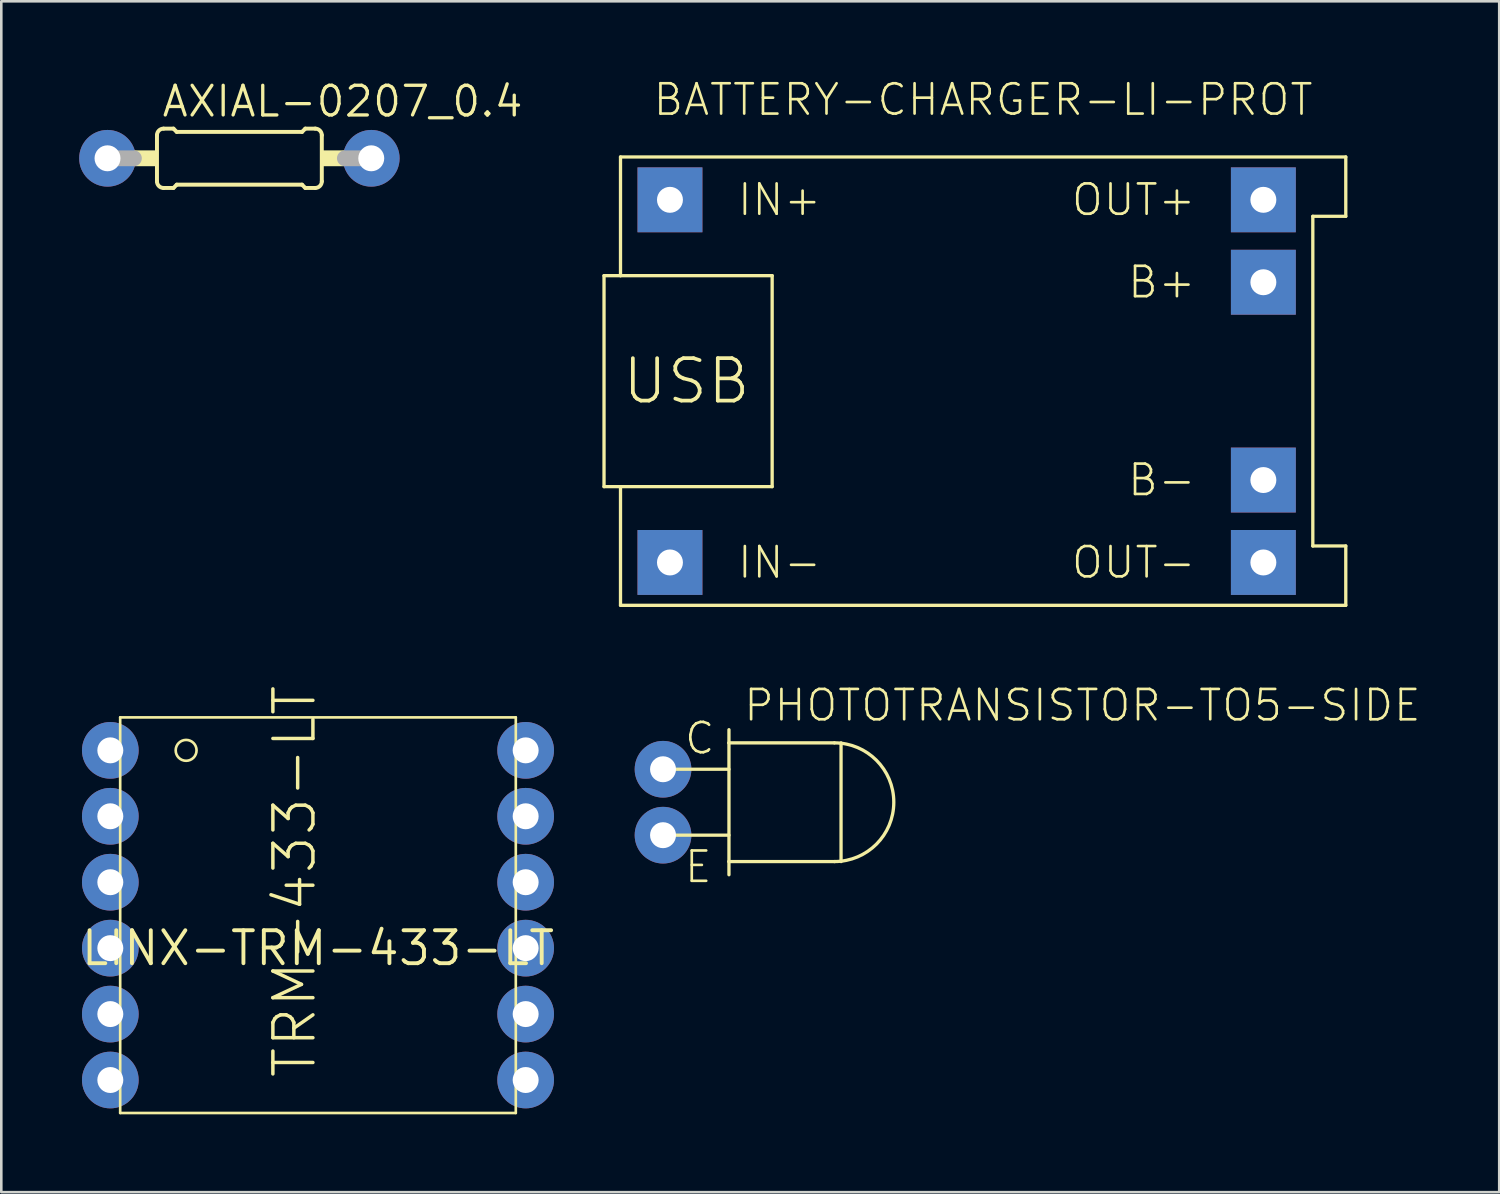
<source format=kicad_pcb>
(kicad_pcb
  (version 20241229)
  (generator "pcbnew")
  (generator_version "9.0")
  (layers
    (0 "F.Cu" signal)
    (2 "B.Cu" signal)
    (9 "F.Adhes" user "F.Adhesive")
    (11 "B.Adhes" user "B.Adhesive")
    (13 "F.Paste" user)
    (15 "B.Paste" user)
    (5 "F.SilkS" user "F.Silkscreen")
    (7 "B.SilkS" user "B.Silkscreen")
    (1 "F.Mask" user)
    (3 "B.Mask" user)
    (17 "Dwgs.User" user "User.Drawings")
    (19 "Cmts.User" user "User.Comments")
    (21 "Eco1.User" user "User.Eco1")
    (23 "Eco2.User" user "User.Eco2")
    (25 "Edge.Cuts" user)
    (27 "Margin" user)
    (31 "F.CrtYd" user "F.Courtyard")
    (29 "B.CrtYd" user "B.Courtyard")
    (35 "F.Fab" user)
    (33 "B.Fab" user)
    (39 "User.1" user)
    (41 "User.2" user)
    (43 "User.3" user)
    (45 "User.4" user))
  (footprint "BATTERY-CHARGER-LI-PROT"
    (layer "F.Cu")
    (at 34.824 11.633)
    (property "Reference" "BATTERY-CHARGER-LI-PROT" (at 0 -10.16 0) (layer "F.SilkS") (effects (font (size 1.168 1.168) (thickness 0.102)) (justify bottom)))
    (fp_line (start -14.605 -4.064) (end -14.605 4.064) (stroke (width 0.127) (type solid)) (layer "F.SilkS"))
    (fp_line (start -14.605 -4.064) (end -13.97 -4.064) (stroke (width 0.127) (type solid)) (layer "F.SilkS"))
    (fp_line (start -14.605 4.064) (end -13.97 4.064) (stroke (width 0.127) (type solid)) (layer "F.SilkS"))
    (fp_line (start -13.97 -8.636) (end -13.97 -4.064) (stroke (width 0.127) (type solid)) (layer "F.SilkS"))
    (fp_line (start -13.97 -8.636) (end 13.97 -8.636) (stroke (width 0.127) (type solid)) (layer "F.SilkS"))
    (fp_line (start -13.97 -4.064) (end -8.128 -4.064) (stroke (width 0.127) (type solid)) (layer "F.SilkS"))
    (fp_line (start -13.97 4.064) (end -8.128 4.064) (stroke (width 0.127) (type solid)) (layer "F.SilkS"))
    (fp_line (start -13.97 8.636) (end -13.97 4.064) (stroke (width 0.127) (type solid)) (layer "F.SilkS"))
    (fp_line (start -8.128 -4.064) (end -8.128 4.064) (stroke (width 0.127) (type solid)) (layer "F.SilkS"))
    (fp_line (start 12.7 -6.35) (end 12.7 6.35) (stroke (width 0.127) (type solid)) (layer "F.SilkS"))
    (fp_line (start 12.7 6.35) (end 13.97 6.35) (stroke (width 0.127) (type solid)) (layer "F.SilkS"))
    (fp_line (start 13.97 -8.636) (end 13.97 -6.35) (stroke (width 0.127) (type solid)) (layer "F.SilkS"))
    (fp_line (start 13.97 -6.35) (end 12.7 -6.35) (stroke (width 0.127) (type solid)) (layer "F.SilkS"))
    (fp_line (start 13.97 6.35) (end 13.97 8.636) (stroke (width 0.127) (type solid)) (layer "F.SilkS"))
    (fp_line (start 13.97 8.636) (end -13.97 8.636) (stroke (width 0.127) (type solid)) (layer "F.SilkS"))
    (fp_text user "USB" (at -11.43 0 0) (layer "F.SilkS") (effects (font (size 1.636 1.636) (thickness 0.142))))
    (fp_text user "OUT-" (at 8.255 6.985 0) (layer "F.SilkS") (effects (font (size 1.168 1.168) (thickness 0.102)) (justify right)))
    (fp_text user "B-" (at 8.255 3.81 0) (layer "F.SilkS") (effects (font (size 1.168 1.168) (thickness 0.102)) (justify right)))
    (fp_text user "OUT+" (at 8.255 -6.985 0) (layer "F.SilkS") (effects (font (size 1.168 1.168) (thickness 0.102)) (justify right)))
    (fp_text user "B+" (at 8.255 -3.81 0) (layer "F.SilkS") (effects (font (size 1.168 1.168) (thickness 0.102)) (justify right)))
    (fp_text user "IN-" (at -9.525 6.985 0) (layer "F.SilkS") (effects (font (size 1.168 1.168) (thickness 0.102)) (justify left)))
    (fp_text user "IN+" (at -9.525 -6.985 0) (layer "F.SilkS") (effects (font (size 1.168 1.168) (thickness 0.102)) (justify left)))
    (pad "B+" thru_hole rect (at 10.795 -3.81) (size 2.5 2.5) (drill 1) (layers "*.Cu" "*.Mask"))
    (pad "B-" thru_hole rect (at 10.795 3.81) (size 2.5 2.5) (drill 1) (layers "*.Cu" "*.Mask"))
    (pad "IN+" thru_hole rect (at -12.065 -6.985) (size 2.5 2.5) (drill 1) (layers "*.Cu" "*.Mask"))
    (pad "IN-" thru_hole rect (at -12.065 6.985) (size 2.5 2.5) (drill 1) (layers "*.Cu" "*.Mask"))
    (pad "OUT+" thru_hole rect (at 10.795 -6.985) (size 2.5 2.5) (drill 1) (layers "*.Cu" "*.Mask"))
    (pad "OUT-" thru_hole rect (at 10.795 6.985) (size 2.5 2.5) (drill 1) (layers "*.Cu" "*.Mask")))
  (footprint "LINX-TRM-433-LT"
    (layer "F.Cu")
    (at 9.2 33.476)
    (property "Reference" "LINX-TRM-433-LT" (at 0 0 0) (layer "F.SilkS") (effects (font (size 1.27 1.27) (thickness 0.15))))
    (fp_line (start -7.62 -8.89) (end -7.62 6.35) (stroke (width 0.102) (type solid)) (layer "F.SilkS"))
    (fp_line (start -7.62 6.35) (end 7.62 6.35) (stroke (width 0.102) (type solid)) (layer "F.SilkS"))
    (fp_line (start 7.62 -8.89) (end -7.62 -8.89) (stroke (width 0.102) (type solid)) (layer "F.SilkS"))
    (fp_line (start 7.62 6.35) (end 7.62 -8.89) (stroke (width 0.102) (type solid)) (layer "F.SilkS"))
    (fp_circle (center -5.08 -7.62) (end -4.678 -7.62) (stroke (width 0.102) (type solid)) (fill no) (layer "F.SilkS"))
    (fp_text user "TRM-433-LT" (at 0 5.08 90) (layer "F.SilkS") (effects (font (size 1.542 1.542) (thickness 0.134)) (justify left bottom)))
    (pad "ANALOG" thru_hole circle (at -8 5.08) (size 2.184 2.184) (drill 1) (layers "*.Cu" "*.Mask"))
    (pad "ANT" thru_hole circle (at -8 -7.62) (size 2.184 2.184) (drill 1) (layers "*.Cu" "*.Mask"))
    (pad "AREF" thru_hole circle (at -8 2.54) (size 2.184 2.184) (drill 1) (layers "*.Cu" "*.Mask"))
    (pad "DATA" thru_hole circle (at 8 5.08) (size 2.184 2.184) (drill 1) (layers "*.Cu" "*.Mask"))
    (pad "GND" thru_hole circle (at -8 -5.08) (size 2.184 2.184) (drill 1) (layers "*.Cu" "*.Mask"))
    (pad "GND@1" thru_hole circle (at -8 -2.54) (size 2.184 2.184) (drill 1) (layers "*.Cu" "*.Mask"))
    (pad "GND@2" thru_hole circle (at 8 -2.54) (size 2.184 2.184) (drill 1) (layers "*.Cu" "*.Mask"))
    (pad "LADJ" thru_hole circle (at 8 -7.62) (size 2.184 2.184) (drill 1) (layers "*.Cu" "*.Mask"))
    (pad "PDN" thru_hole circle (at 8 0) (size 2.184 2.184) (drill 1) (layers "*.Cu" "*.Mask"))
    (pad "RSSI" thru_hole circle (at -8 0) (size 2.184 2.184) (drill 1) (layers "*.Cu" "*.Mask"))
    (pad "T/~R" thru_hole circle (at 8 2.54) (size 2.184 2.184) (drill 1) (layers "*.Cu" "*.Mask"))
    (pad "VCC" thru_hole circle (at 8 -5.08) (size 2.184 2.184) (drill 1) (layers "*.Cu" "*.Mask")))
  (footprint "AXIAL-0207_0.4"
    (layer "F.Cu")
    (at 6.172 3.048)
    (property "Reference" "AXIAL-0207_0.4" (at -3.048 -1.524 0) (layer "F.SilkS") (effects (font (size 1.143 1.143) (thickness 0.127)) (justify left bottom)))
    (fp_line (start -3.175 0.889) (end -3.175 -0.889) (stroke (width 0.152) (type solid)) (layer "F.SilkS"))
    (fp_line (start -2.921 -1.143) (end -2.54 -1.143) (stroke (width 0.152) (type solid)) (layer "F.SilkS"))
    (fp_line (start -2.921 1.143) (end -2.54 1.143) (stroke (width 0.152) (type solid)) (layer "F.SilkS"))
    (fp_line (start -2.413 -1.016) (end -2.54 -1.143) (stroke (width 0.152) (type solid)) (layer "F.SilkS"))
    (fp_line (start -2.413 1.016) (end -2.54 1.143) (stroke (width 0.152) (type solid)) (layer "F.SilkS"))
    (fp_line (start 2.413 -1.016) (end -2.413 -1.016) (stroke (width 0.152) (type solid)) (layer "F.SilkS"))
    (fp_line (start 2.413 -1.016) (end 2.54 -1.143) (stroke (width 0.152) (type solid)) (layer "F.SilkS"))
    (fp_line (start 2.413 1.016) (end -2.413 1.016) (stroke (width 0.152) (type solid)) (layer "F.SilkS"))
    (fp_line (start 2.413 1.016) (end 2.54 1.143) (stroke (width 0.152) (type solid)) (layer "F.SilkS"))
    (fp_line (start 2.921 -1.143) (end 2.54 -1.143) (stroke (width 0.152) (type solid)) (layer "F.SilkS"))
    (fp_line (start 2.921 1.143) (end 2.54 1.143) (stroke (width 0.152) (type solid)) (layer "F.SilkS"))
    (fp_line (start 3.175 0.889) (end 3.175 -0.889) (stroke (width 0.152) (type solid)) (layer "F.SilkS"))
    (fp_arc (start -3.175 -0.889) (mid -3.100605 -1.068605) (end -2.921 -1.143) (stroke (width 0.1524) (type solid)) (layer "F.SilkS"))
    (fp_arc (start -2.921 1.143) (mid -3.100605 1.068605) (end -3.175 0.889) (stroke (width 0.1524) (type solid)) (layer "F.SilkS"))
    (fp_arc (start 2.921 -1.143) (mid 3.100605 -1.068605) (end 3.175 -0.889) (stroke (width 0.1524) (type solid)) (layer "F.SilkS"))
    (fp_arc (start 3.175 0.889) (mid 3.100605 1.068605) (end 2.921 1.143) (stroke (width 0.1524) (type solid)) (layer "F.SilkS"))
    (fp_poly (pts (xy -4.039 0.305) (xy -3.175 0.305) (xy -3.175 -0.305) (xy -4.039 -0.305)) (stroke (width 0) (type solid)) (fill yes) (layer "F.SilkS"))
    (fp_poly (pts (xy 3.175 0.305) (xy 4.039 0.305) (xy 4.039 -0.305) (xy 3.175 -0.305)) (stroke (width 0) (type solid)) (fill yes) (layer "F.SilkS"))
    (fp_line (start -5.08 0) (end -4.064 0) (stroke (width 0.61) (type solid)) (layer "F.Fab"))
    (fp_line (start 5.08 0) (end 4.064 0) (stroke (width 0.61) (type solid)) (layer "F.Fab"))
    (pad "1" thru_hole circle (at -5.08 0) (size 2.184 2.184) (drill 1) (layers "*.Cu" "*.Mask"))
    (pad "2" thru_hole circle (at 5.08 0) (size 2.184 2.184) (drill 1) (layers "*.Cu" "*.Mask")))
  (footprint "PHOTOTRANSISTOR-TO5-SIDE"
    (layer "F.Cu")
    (at 22.492 27.854)
    (property "Reference" "PHOTOTRANSISTOR-TO5-SIDE" (at 3.048 -3.048 0) (layer "F.SilkS") (effects (font (size 1.168 1.168) (thickness 0.102)) (justify left bottom)))
    (fp_line (start 0 -1.27) (end 2.54 -1.27) (stroke (width 0.127) (type solid)) (layer "F.SilkS"))
    (fp_line (start 0 1.27) (end 2.54 1.27) (stroke (width 0.127) (type solid)) (layer "F.SilkS"))
    (fp_line (start 2.54 -2.794) (end 2.54 -2.286) (stroke (width 0.127) (type solid)) (layer "F.SilkS"))
    (fp_line (start 2.54 -2.286) (end 2.54 2.286) (stroke (width 0.127) (type solid)) (layer "F.SilkS"))
    (fp_line (start 2.54 -2.286) (end 6.604 -2.286) (stroke (width 0.127) (type solid)) (layer "F.SilkS"))
    (fp_line (start 2.54 2.286) (end 2.54 2.794) (stroke (width 0.127) (type solid)) (layer "F.SilkS"))
    (fp_line (start 2.54 2.286) (end 6.604 2.286) (stroke (width 0.127) (type solid)) (layer "F.SilkS"))
    (fp_line (start 6.858 -2.286) (end 6.858 2.286) (stroke (width 0.127) (type solid)) (layer "F.SilkS"))
    (fp_arc (start 6.604 -2.286) (mid 8.89 0) (end 6.604 2.286) (stroke (width 0.127) (type solid)) (layer "F.SilkS"))
    (fp_text user "E" (at 0.762 3.175 0) (layer "F.SilkS") (effects (font (size 1.168 1.168) (thickness 0.102)) (justify left bottom)))
    (fp_text user "C" (at 0.762 -1.778 0) (layer "F.SilkS") (effects (font (size 1.168 1.168) (thickness 0.102)) (justify left bottom)))
    (pad "C" thru_hole circle (at 0 -1.27) (size 2.184 2.184) (drill 1) (layers "*.Cu" "*.Mask"))
    (pad "E" thru_hole circle (at 0 1.27) (size 2.184 2.184) (drill 1) (layers "*.Cu" "*.Mask")))
  (gr_rect
    (start -3 -3)
    (end 54.705 42.876)
    (stroke (width 0.1) (type default))
    (fill no)
    (layer "Edge.Cuts")))
</source>
